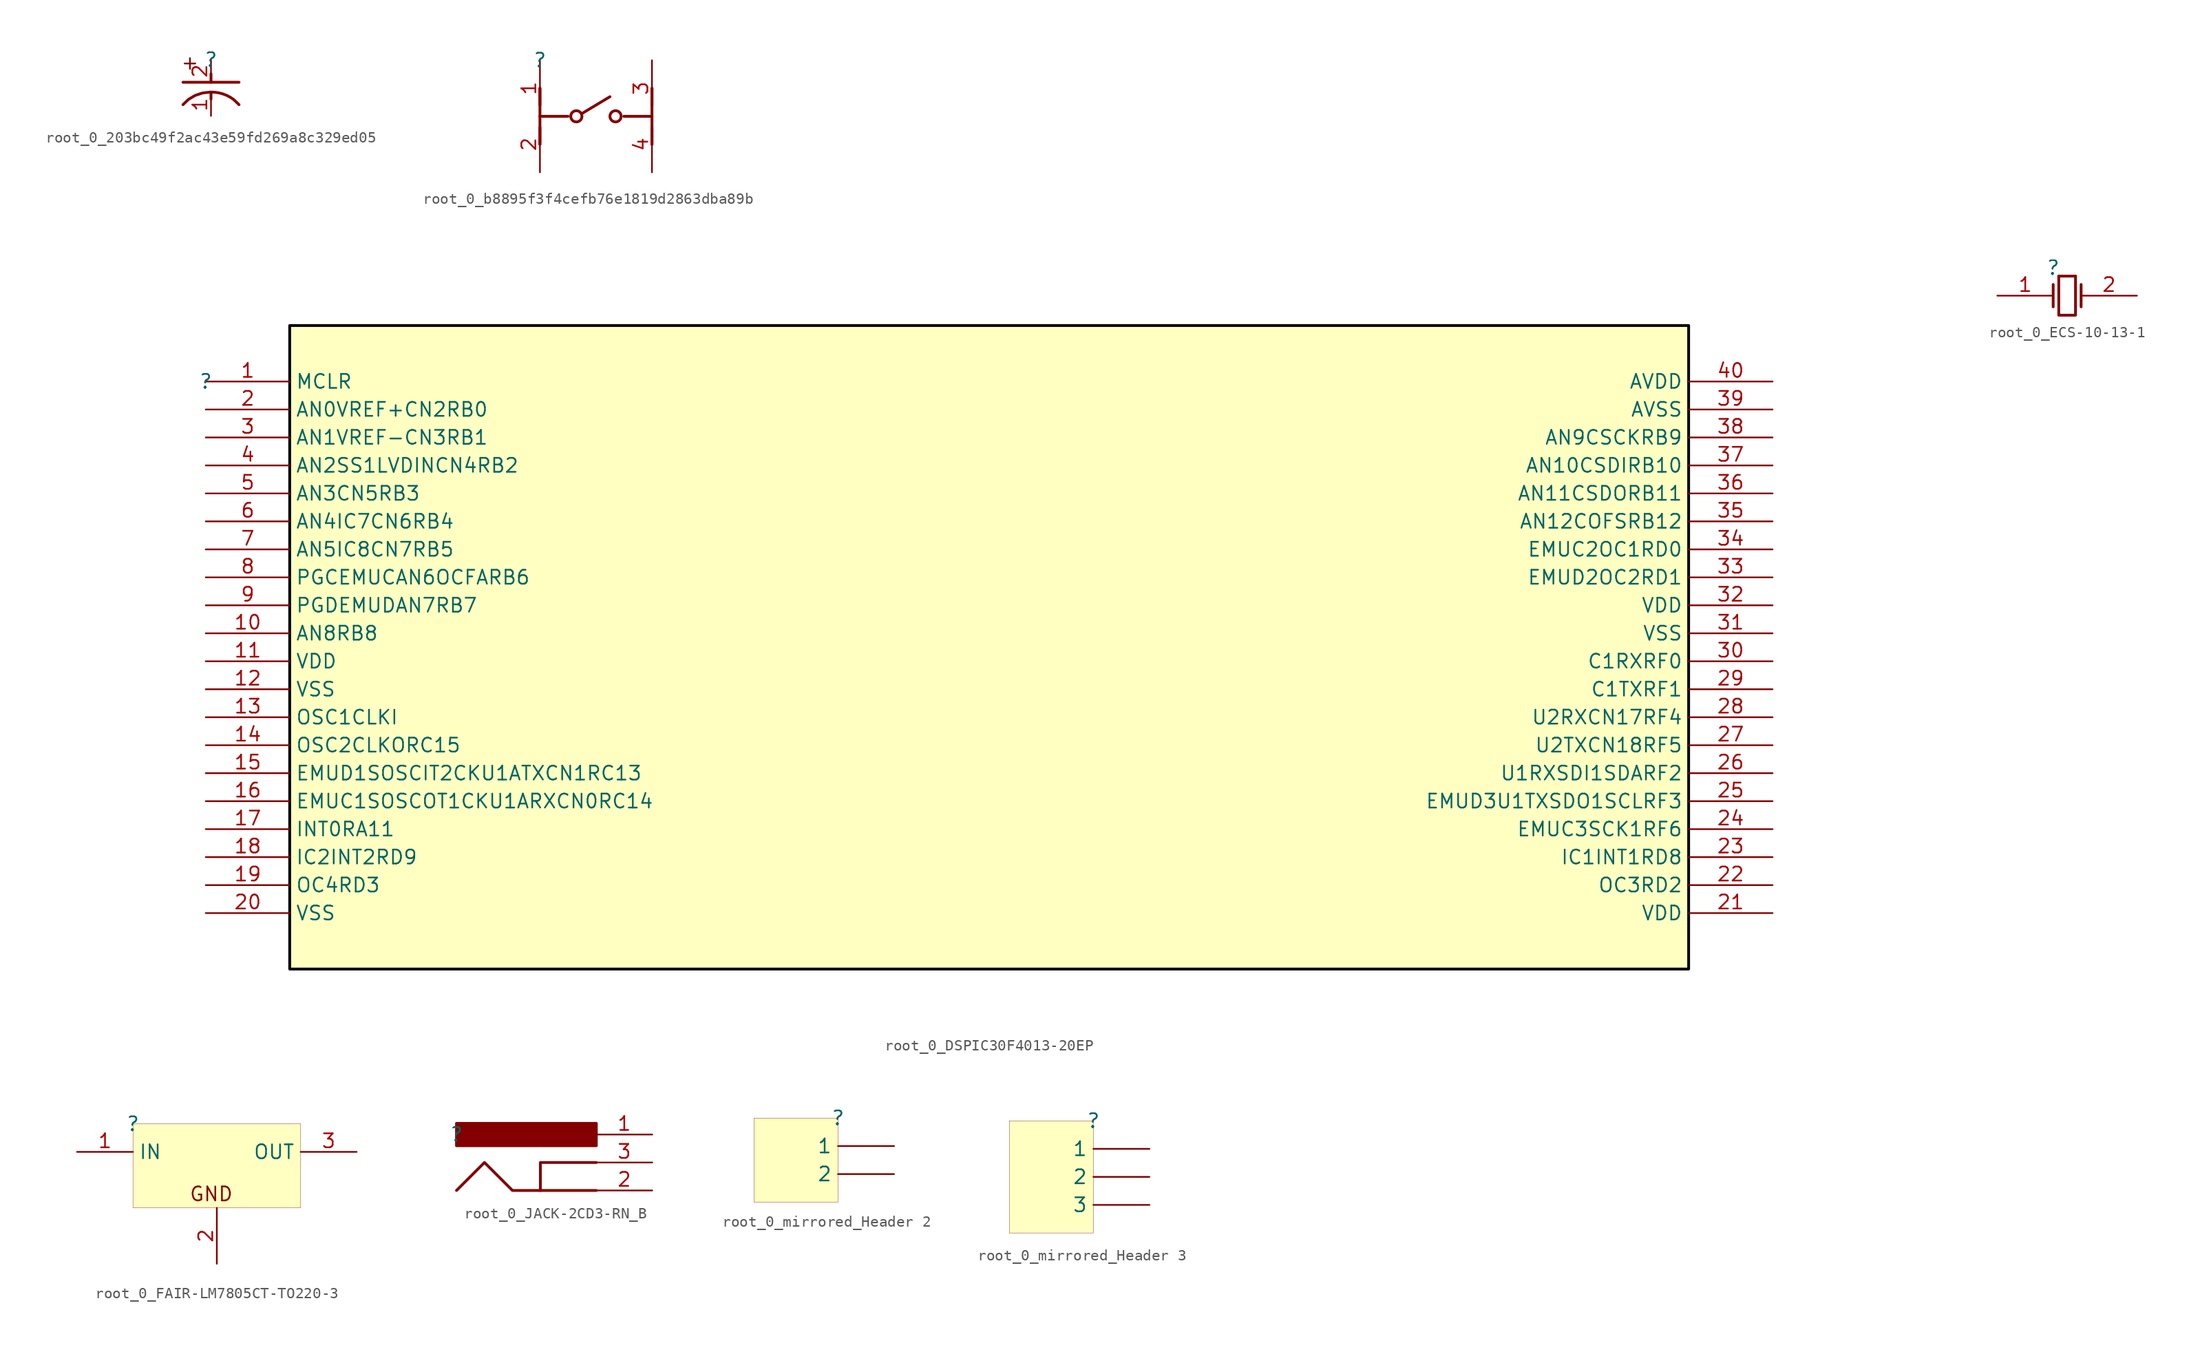
<source format=kicad_sym>
(kicad_symbol_lib
  (version 20231120)
  (generator "kicad_symbol_editor")
  (generator_version "8.0")
  (symbol "root_0_203bc49f2ac43e59fd269a8c329ed05"
    (property "Reference" ""
      (at 0 0 0)
      (effects (font (size 1.27 1.27))))
    (property "Value" ""
      (at 0 0 0)
      (effects (font (size 1.27 1.27))))
    (symbol "root_0_203bc49f2ac43e59fd269a8c329ed05_1_0"
      (bezier (pts (xy -2.54 -4.064) (xy -1.27 -2.54) (xy 1.27 -2.54) (xy 2.54 -4.064)) (stroke (width 0.254) (type solid)) (fill (type none)))
      (polyline (pts (xy -2.54 -2.032) (xy 2.54 -2.032)) (stroke (width 0.254) (type solid)) (fill (type none)))
      (polyline (pts (xy 0 -3.048) (xy 0 -3.556)) (stroke (width 0.254) (type solid)) (fill (type none)))
      (polyline (pts (xy 0 -2.032) (xy 0 -1.27)) (stroke (width 0.254) (type solid)) (fill (type none)))
      (text "+" (at -2.794 0.508 0) (effects (font (size 1.27 1.27)) (justify left top)))
      (pin passive line (at 0 -5.08 90) (length 2.032) (name "C" (effects (font (size 0 0)))) (number "1" (effects (font (size 1.27 1.27)))))
      (pin passive line (at 0 0 270) (length 2.032) (name "A" (effects (font (size 0 0)))) (number "2" (effects (font (size 1.27 1.27)))))))
  (symbol "root_0_b8895f3f4cefb76e1819d2863dba89b"
    (property "Reference" ""
      (at 0 0 0)
      (effects (font (size 1.27 1.27))))
    (property "Value" ""
      (at 0 0 0)
      (effects (font (size 1.27 1.27))))
    (symbol "root_0_b8895f3f4cefb76e1819d2863dba89b_1_0"
      (polyline (pts (xy 0 -7.62) (xy 0 -6.096)) (stroke (width 0.254) (type solid)) (fill (type none)))
      (polyline (pts (xy 0 -7.62) (xy 0 -5.08)) (stroke (width 0.254) (type solid)) (fill (type none)))
      (polyline (pts (xy 0 -5.08) (xy 2.54 -5.08)) (stroke (width 0.254) (type solid)) (fill (type none)))
      (polyline (pts (xy 0 -2.54) (xy 0 -5.08)) (stroke (width 0.254) (type solid)) (fill (type none)))
      (polyline (pts (xy 0 -2.54) (xy 0 -4.064)) (stroke (width 0.254) (type solid)) (fill (type none)))
      (polyline (pts (xy 3.81 -4.826) (xy 6.35 -3.302)) (stroke (width 0.254) (type solid)) (fill (type none)))
      (polyline (pts (xy 10.16 -7.62) (xy 10.16 -6.096)) (stroke (width 0.254) (type solid)) (fill (type none)))
      (polyline (pts (xy 10.16 -7.62) (xy 10.16 -5.08)) (stroke (width 0.254) (type solid)) (fill (type none)))
      (polyline (pts (xy 10.16 -5.08) (xy 7.62 -5.08)) (stroke (width 0.254) (type solid)) (fill (type none)))
      (polyline (pts (xy 10.16 -2.54) (xy 10.16 -5.08)) (stroke (width 0.254) (type solid)) (fill (type none)))
      (polyline (pts (xy 10.16 -2.54) (xy 10.16 -4.064)) (stroke (width 0.254) (type solid)) (fill (type none)))
      (circle (center 3.302 -5.08) (radius 0.508) (stroke (width 0.254) (type solid)) (fill (type none)))
      (circle (center 6.858 -5.08) (radius 0.508) (stroke (width 0.254) (type solid)) (fill (type none)))
      (pin passive line (at 0 0 270) (length 5.08) (name "1" (effects (font (size 0 0)))) (number "1" (effects (font (size 1.27 1.27)))))
      (pin passive line (at 0 -10.16 90) (length 5.08) (name "2" (effects (font (size 0 0)))) (number "2" (effects (font (size 1.27 1.27)))))
      (pin passive line (at 10.16 0 270) (length 5.08) (name "3" (effects (font (size 0 0)))) (number "3" (effects (font (size 1.27 1.27)))))
      (pin passive line (at 10.16 -10.16 90) (length 5.08) (name "4" (effects (font (size 0 0)))) (number "4" (effects (font (size 1.27 1.27)))))))
  (symbol "root_0_DSPIC30F4013-20EP"
    (property "Reference" ""
      (at 0 0 0)
      (effects (font (size 1.27 1.27))))
    (property "Value" ""
      (at 0 0 0)
      (effects (font (size 1.27 1.27))))
    (symbol "root_0_DSPIC30F4013-20EP_1_0"
      (rectangle (start 134.62 5.08) (end 7.62 -53.34) (stroke (width 0.254) (type solid) (color 0 0 0 1)) (fill (type background)))
      (pin passive line (at 0 0 0) (length 7.62) (name "MCLR" (effects (font (size 1.27 1.27)))) (number "1" (effects (font (size 1.27 1.27)))))
      (pin passive line (at 0 -22.86 0) (length 7.62) (name "AN8RB8" (effects (font (size 1.27 1.27)))) (number "10" (effects (font (size 1.27 1.27)))))
      (pin passive line (at 0 -25.4 0) (length 7.62) (name "VDD" (effects (font (size 1.27 1.27)))) (number "11" (effects (font (size 1.27 1.27)))))
      (pin passive line (at 0 -27.94 0) (length 7.62) (name "VSS" (effects (font (size 1.27 1.27)))) (number "12" (effects (font (size 1.27 1.27)))))
      (pin passive line (at 0 -30.48 0) (length 7.62) (name "OSC1CLKI" (effects (font (size 1.27 1.27)))) (number "13" (effects (font (size 1.27 1.27)))))
      (pin passive line (at 0 -33.02 0) (length 7.62) (name "OSC2CLKORC15" (effects (font (size 1.27 1.27)))) (number "14" (effects (font (size 1.27 1.27)))))
      (pin passive line (at 0 -35.56 0) (length 7.62) (name "EMUD1SOSCIT2CKU1ATXCN1RC13" (effects (font (size 1.27 1.27)))) (number "15" (effects (font (size 1.27 1.27)))))
      (pin passive line (at 0 -38.1 0) (length 7.62) (name "EMUC1SOSCOT1CKU1ARXCN0RC14" (effects (font (size 1.27 1.27)))) (number "16" (effects (font (size 1.27 1.27)))))
      (pin passive line (at 0 -40.64 0) (length 7.62) (name "INT0RA11" (effects (font (size 1.27 1.27)))) (number "17" (effects (font (size 1.27 1.27)))))
      (pin passive line (at 0 -43.18 0) (length 7.62) (name "IC2INT2RD9" (effects (font (size 1.27 1.27)))) (number "18" (effects (font (size 1.27 1.27)))))
      (pin passive line (at 0 -45.72 0) (length 7.62) (name "OC4RD3" (effects (font (size 1.27 1.27)))) (number "19" (effects (font (size 1.27 1.27)))))
      (pin passive line (at 0 -2.54 0) (length 7.62) (name "AN0VREF+CN2RB0" (effects (font (size 1.27 1.27)))) (number "2" (effects (font (size 1.27 1.27)))))
      (pin passive line (at 0 -48.26 0) (length 7.62) (name "VSS" (effects (font (size 1.27 1.27)))) (number "20" (effects (font (size 1.27 1.27)))))
      (pin passive line (at 142.24 -48.26 180) (length 7.62) (name "VDD" (effects (font (size 1.27 1.27)))) (number "21" (effects (font (size 1.27 1.27)))))
      (pin passive line (at 142.24 -45.72 180) (length 7.62) (name "OC3RD2" (effects (font (size 1.27 1.27)))) (number "22" (effects (font (size 1.27 1.27)))))
      (pin passive line (at 142.24 -43.18 180) (length 7.62) (name "IC1INT1RD8" (effects (font (size 1.27 1.27)))) (number "23" (effects (font (size 1.27 1.27)))))
      (pin passive line (at 142.24 -40.64 180) (length 7.62) (name "EMUC3SCK1RF6" (effects (font (size 1.27 1.27)))) (number "24" (effects (font (size 1.27 1.27)))))
      (pin passive line (at 142.24 -38.1 180) (length 7.62) (name "EMUD3U1TXSDO1SCLRF3" (effects (font (size 1.27 1.27)))) (number "25" (effects (font (size 1.27 1.27)))))
      (pin passive line (at 142.24 -35.56 180) (length 7.62) (name "U1RXSDI1SDARF2" (effects (font (size 1.27 1.27)))) (number "26" (effects (font (size 1.27 1.27)))))
      (pin passive line (at 142.24 -33.02 180) (length 7.62) (name "U2TXCN18RF5" (effects (font (size 1.27 1.27)))) (number "27" (effects (font (size 1.27 1.27)))))
      (pin passive line (at 142.24 -30.48 180) (length 7.62) (name "U2RXCN17RF4" (effects (font (size 1.27 1.27)))) (number "28" (effects (font (size 1.27 1.27)))))
      (pin passive line (at 142.24 -27.94 180) (length 7.62) (name "C1TXRF1" (effects (font (size 1.27 1.27)))) (number "29" (effects (font (size 1.27 1.27)))))
      (pin passive line (at 0 -5.08 0) (length 7.62) (name "AN1VREF-CN3RB1" (effects (font (size 1.27 1.27)))) (number "3" (effects (font (size 1.27 1.27)))))
      (pin passive line (at 142.24 -25.4 180) (length 7.62) (name "C1RXRF0" (effects (font (size 1.27 1.27)))) (number "30" (effects (font (size 1.27 1.27)))))
      (pin passive line (at 142.24 -22.86 180) (length 7.62) (name "VSS" (effects (font (size 1.27 1.27)))) (number "31" (effects (font (size 1.27 1.27)))))
      (pin passive line (at 142.24 -20.32 180) (length 7.62) (name "VDD" (effects (font (size 1.27 1.27)))) (number "32" (effects (font (size 1.27 1.27)))))
      (pin passive line (at 142.24 -17.78 180) (length 7.62) (name "EMUD2OC2RD1" (effects (font (size 1.27 1.27)))) (number "33" (effects (font (size 1.27 1.27)))))
      (pin passive line (at 142.24 -15.24 180) (length 7.62) (name "EMUC2OC1RD0" (effects (font (size 1.27 1.27)))) (number "34" (effects (font (size 1.27 1.27)))))
      (pin passive line (at 142.24 -12.7 180) (length 7.62) (name "AN12COFSRB12" (effects (font (size 1.27 1.27)))) (number "35" (effects (font (size 1.27 1.27)))))
      (pin passive line (at 142.24 -10.16 180) (length 7.62) (name "AN11CSDORB11" (effects (font (size 1.27 1.27)))) (number "36" (effects (font (size 1.27 1.27)))))
      (pin passive line (at 142.24 -7.62 180) (length 7.62) (name "AN10CSDIRB10" (effects (font (size 1.27 1.27)))) (number "37" (effects (font (size 1.27 1.27)))))
      (pin passive line (at 142.24 -5.08 180) (length 7.62) (name "AN9CSCKRB9" (effects (font (size 1.27 1.27)))) (number "38" (effects (font (size 1.27 1.27)))))
      (pin passive line (at 142.24 -2.54 180) (length 7.62) (name "AVSS" (effects (font (size 1.27 1.27)))) (number "39" (effects (font (size 1.27 1.27)))))
      (pin passive line (at 0 -7.62 0) (length 7.62) (name "AN2SS1LVDINCN4RB2" (effects (font (size 1.27 1.27)))) (number "4" (effects (font (size 1.27 1.27)))))
      (pin passive line (at 142.24 0 180) (length 7.62) (name "AVDD" (effects (font (size 1.27 1.27)))) (number "40" (effects (font (size 1.27 1.27)))))
      (pin passive line (at 0 -10.16 0) (length 7.62) (name "AN3CN5RB3" (effects (font (size 1.27 1.27)))) (number "5" (effects (font (size 1.27 1.27)))))
      (pin passive line (at 0 -12.7 0) (length 7.62) (name "AN4IC7CN6RB4" (effects (font (size 1.27 1.27)))) (number "6" (effects (font (size 1.27 1.27)))))
      (pin passive line (at 0 -15.24 0) (length 7.62) (name "AN5IC8CN7RB5" (effects (font (size 1.27 1.27)))) (number "7" (effects (font (size 1.27 1.27)))))
      (pin passive line (at 0 -17.78 0) (length 7.62) (name "PGCEMUCAN6OCFARB6" (effects (font (size 1.27 1.27)))) (number "8" (effects (font (size 1.27 1.27)))))
      (pin passive line (at 0 -20.32 0) (length 7.62) (name "PGDEMUDAN7RB7" (effects (font (size 1.27 1.27)))) (number "9" (effects (font (size 1.27 1.27)))))))
  (symbol "root_0_ECS-10-13-1"
    (property "Reference" ""
      (at 0 0 0)
      (effects (font (size 1.27 1.27))))
    (property "Value" ""
      (at 0 0 0)
      (effects (font (size 1.27 1.27))))
    (symbol "root_0_ECS-10-13-1_1_0"
      (polyline (pts (xy 0 -1.524) (xy 0 -3.556)) (stroke (width 0.254) (type solid)) (fill (type none)))
      (polyline (pts (xy 0.508 -0.762) (xy 2.032 -0.762)) (stroke (width 0.254) (type solid)) (fill (type none)))
      (polyline (pts (xy 2.54 -1.524) (xy 2.54 -3.556)) (stroke (width 0.254) (type solid)) (fill (type none)))
      (polyline (pts (xy 2.032 -0.762) (xy 2.032 -4.318) (xy 0.508 -4.318) (xy 0.508 -0.762)) (stroke (width 0.254) (type solid)) (fill (type none)))
      (pin passive line (at -5.08 -2.54 0) (length 5.08) (name "OSC1" (effects (font (size 0 0)))) (number "1" (effects (font (size 1.27 1.27)))))
      (pin passive line (at 7.62 -2.54 180) (length 5.08) (name "OSC2" (effects (font (size 0 0)))) (number "2" (effects (font (size 1.27 1.27)))))))
  (symbol "root_0_FAIR-LM7805CT-TO220-3"
    (property "Reference" ""
      (at 0 0 0)
      (effects (font (size 1.27 1.27))))
    (property "Value" ""
      (at 0 0 0)
      (effects (font (size 1.27 1.27))))
    (symbol "root_0_FAIR-LM7805CT-TO220-3_1_0"
      (rectangle (start 15.24 0) (end 0 -7.62) (stroke (width 0.025) (type solid) (color 128 0 0 1)) (fill (type background)))
      (text "GND" (at 5.08 -7.112 0) (effects (font (size 1.27 1.27)) (justify left bottom)))
      (pin input line (at -5.08 -2.54 0) (length 5.08) (name "IN" (effects (font (size 1.27 1.27)))) (number "1" (effects (font (size 1.27 1.27)))))
      (pin power_in line (at 7.62 -12.7 90) (length 5.08) (name "GND" (effects (font (size 0 0)))) (number "2" (effects (font (size 1.27 1.27)))))
      (pin output line (at 20.32 -2.54 180) (length 5.08) (name "OUT" (effects (font (size 1.27 1.27)))) (number "3" (effects (font (size 1.27 1.27)))))))
  (symbol "root_0_JACK-2CD3-RN_B"
    (property "Reference" ""
      (at 0 0 0)
      (effects (font (size 1.27 1.27))))
    (property "Value" ""
      (at 0 0 0)
      (effects (font (size 1.27 1.27))))
    (symbol "root_0_JACK-2CD3-RN_B_1_0"
      (polyline (pts (xy 12.7 -2.54) (xy 7.62 -2.54) (xy 7.62 -5.08)) (stroke (width 0.254) (type solid)) (fill (type none)))
      (polyline (pts (xy 12.7 -5.08) (xy 5.08 -5.08) (xy 2.54 -2.54) (xy 0 -5.08)) (stroke (width 0.254) (type solid)) (fill (type none)))
      (polyline (pts (xy 12.7 1.016) (xy 0 1.016) (xy 0 -1.016) (xy 12.7 -1.016) (xy 12.7 1.016)) (stroke (width 0.254) (type solid)) (fill (type none)))
      (rectangle (start 12.7 1.016) (end 0 -1.016) (stroke (width -0.0001) (type solid)) (fill (type outline)))
      (pin passive line (at 17.78 0 180) (length 5.08) (name "1" (effects (font (size 0 0)))) (number "1" (effects (font (size 1.27 1.27)))))
      (pin passive line (at 17.78 -5.08 180) (length 5.08) (name "2" (effects (font (size 0 0)))) (number "2" (effects (font (size 1.27 1.27)))))
      (pin passive line (at 17.78 -2.54 180) (length 5.08) (name "3" (effects (font (size 0 0)))) (number "3" (effects (font (size 1.27 1.27)))))))
  (symbol "root_0_mirrored_Header 2"
    (property "Reference" ""
      (at 0 0 0)
      (effects (font (size 1.27 1.27))))
    (property "Value" ""
      (at 0 0 0)
      (effects (font (size 1.27 1.27))))
    (symbol "root_0_mirrored_Header 2_1_0"
      (rectangle (start 0 0) (end -7.62 -7.62) (stroke (width 0.025) (type solid) (color 128 0 0 1)) (fill (type background)))
      (pin passive line (at 5.08 -2.54 180) (length 5.08) (name "1" (effects (font (size 1.27 1.27)))) (number "1" (effects (font (size 0 0)))))
      (pin passive line (at 5.08 -5.08 180) (length 5.08) (name "2" (effects (font (size 1.27 1.27)))) (number "2" (effects (font (size 0 0)))))))
  (symbol "root_0_mirrored_Header 3"
    (property "Reference" ""
      (at 0 0 0)
      (effects (font (size 1.27 1.27))))
    (property "Value" ""
      (at 0 0 0)
      (effects (font (size 1.27 1.27))))
    (symbol "root_0_mirrored_Header 3_1_0"
      (rectangle (start 0 0) (end -7.62 -10.16) (stroke (width 0.025) (type solid) (color 128 0 0 1)) (fill (type background)))
      (pin passive line (at 5.08 -2.54 180) (length 5.08) (name "1" (effects (font (size 1.27 1.27)))) (number "1" (effects (font (size 0 0)))))
      (pin passive line (at 5.08 -5.08 180) (length 5.08) (name "2" (effects (font (size 1.27 1.27)))) (number "2" (effects (font (size 0 0)))))
      (pin passive line (at 5.08 -7.62 180) (length 5.08) (name "3" (effects (font (size 1.27 1.27)))) (number "3" (effects (font (size 0 0))))))))
</source>
